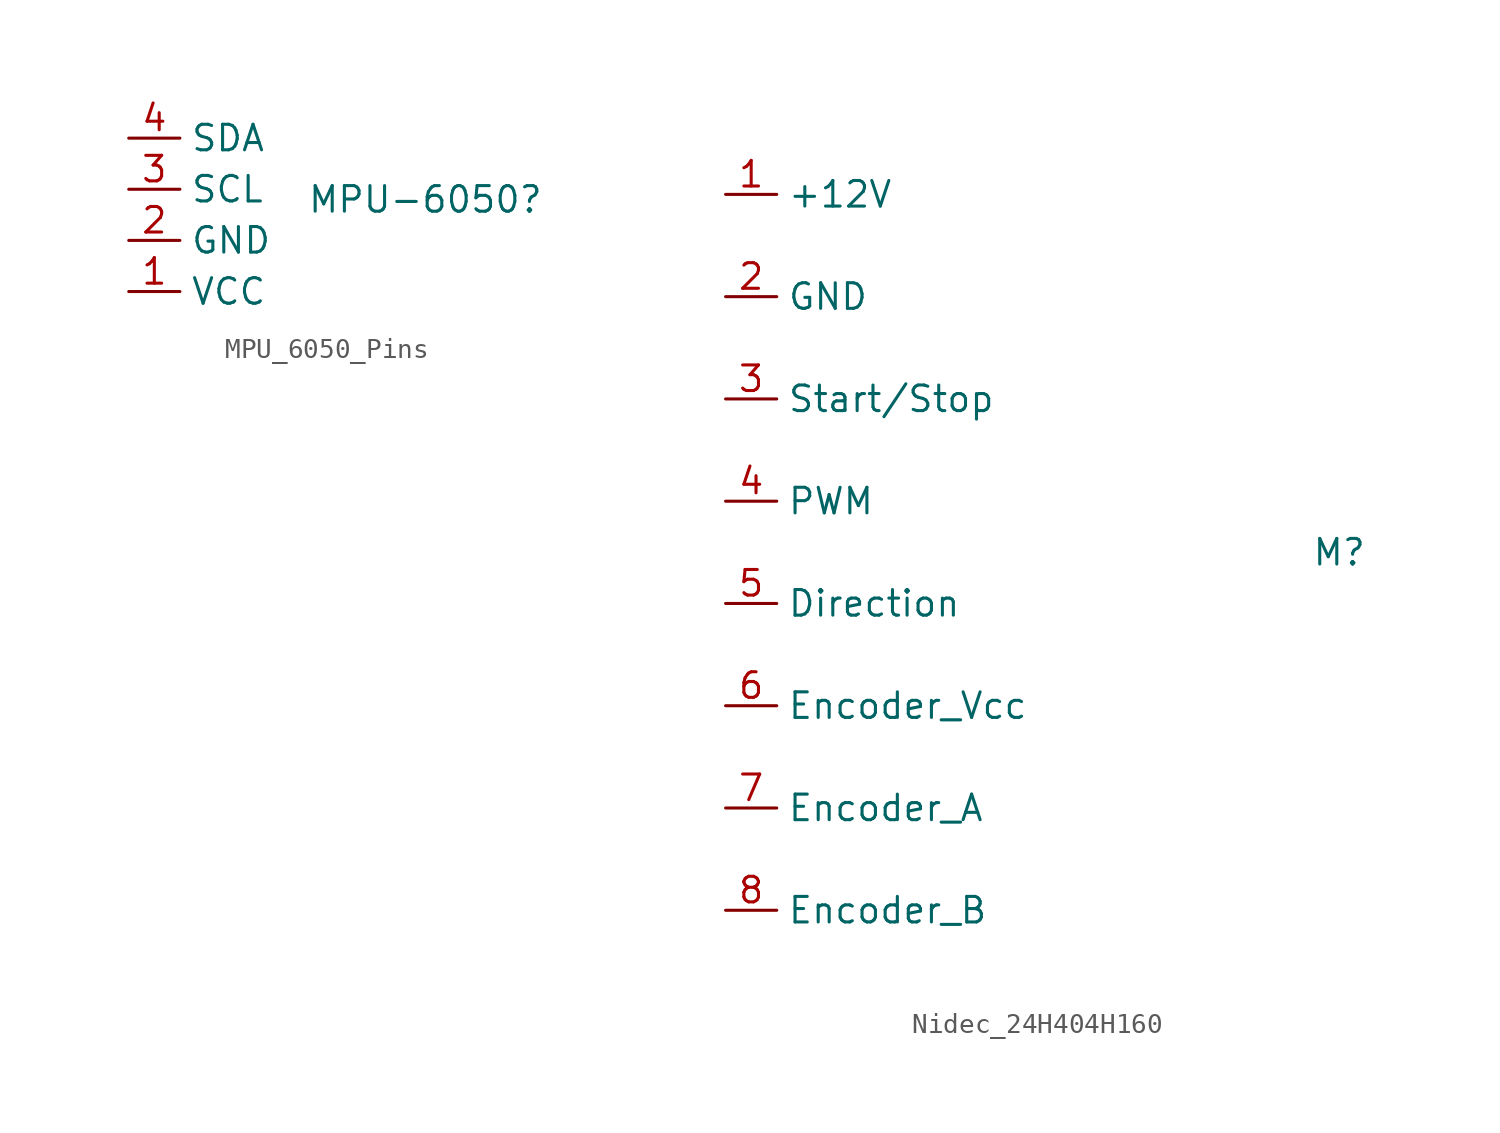
<source format=kicad_sym>
(kicad_symbol_lib
  (version 20241209)
  (generator "kicad_symbol_editor")
  (generator_version "9.0")
  (symbol "MPU_6050_Pins"
    (property "Reference" "MPU-6050"
      (at 7.112 0.762 0)
      (effects (font (size 1.27 1.27))))
    (property "Value" ""
      (at 0 0 0)
      (effects (font (size 1.27 1.27))))
    (symbol "MPU_6050_Pins_0_0"
      (pin input line (at -7.62 3.81 0) (length 2.54) (name "SDA" (effects (font (size 1.27 1.27)))) (number "4" (effects (font (size 1.27 1.27)))))
      (pin input line (at -7.62 1.27 0) (length 2.54) (name "SCL" (effects (font (size 1.27 1.27)))) (number "3" (effects (font (size 1.27 1.27)))))
      (pin input line (at -7.62 -1.27 0) (length 2.54) (name "GND" (effects (font (size 1.27 1.27)))) (number "2" (effects (font (size 1.27 1.27)))))
      (pin input line (at -7.62 -3.81 0) (length 2.54) (name "VCC" (effects (font (size 1.27 1.27)))) (number "1" (effects (font (size 1.27 1.27)))))))
  (symbol "Nidec_24H404H160"
    (property "Reference" "M"
      (at 15.24 0 0)
      (effects (font (size 1.27 1.27))))
    (property "Value" ""
      (at 0 0 0)
      (effects (font (size 1.27 1.27))))
    (symbol "Nidec_24H404H160_1_1"
      (pin input line (at -15.24 17.78 0) (length 2.54) (name "+12V" (effects (font (size 1.27 1.27)))) (number "1" (effects (font (size 1.27 1.27)))))
      (pin input line (at -15.24 12.7 0) (length 2.54) (name "GND" (effects (font (size 1.27 1.27)))) (number "2" (effects (font (size 1.27 1.27)))))
      (pin input line (at -15.24 7.62 0) (length 2.54) (name "Start/Stop" (effects (font (size 1.27 1.27)))) (number "3" (effects (font (size 1.27 1.27)))))
      (pin input line (at -15.24 2.54 0) (length 2.54) (name "PWM" (effects (font (size 1.27 1.27)))) (number "4" (effects (font (size 1.27 1.27)))))
      (pin input line (at -15.24 -2.54 0) (length 2.54) (name "Direction" (effects (font (size 1.27 1.27)))) (number "5" (effects (font (size 1.27 1.27)))))
      (pin output line (at -15.24 -7.62 0) (length 2.54) (name "Encoder_Vcc" (effects (font (size 1.27 1.27)))) (number "6" (effects (font (size 1.27 1.27)))))
      (pin output line (at -15.24 -12.7 0) (length 2.54) (name "Encoder_A" (effects (font (size 1.27 1.27)))) (number "7" (effects (font (size 1.27 1.27)))))
      (pin output line (at -15.24 -17.78 0) (length 2.54) (name "Encoder_B" (effects (font (size 1.27 1.27)))) (number "8" (effects (font (size 1.27 1.27))))))))
</source>
